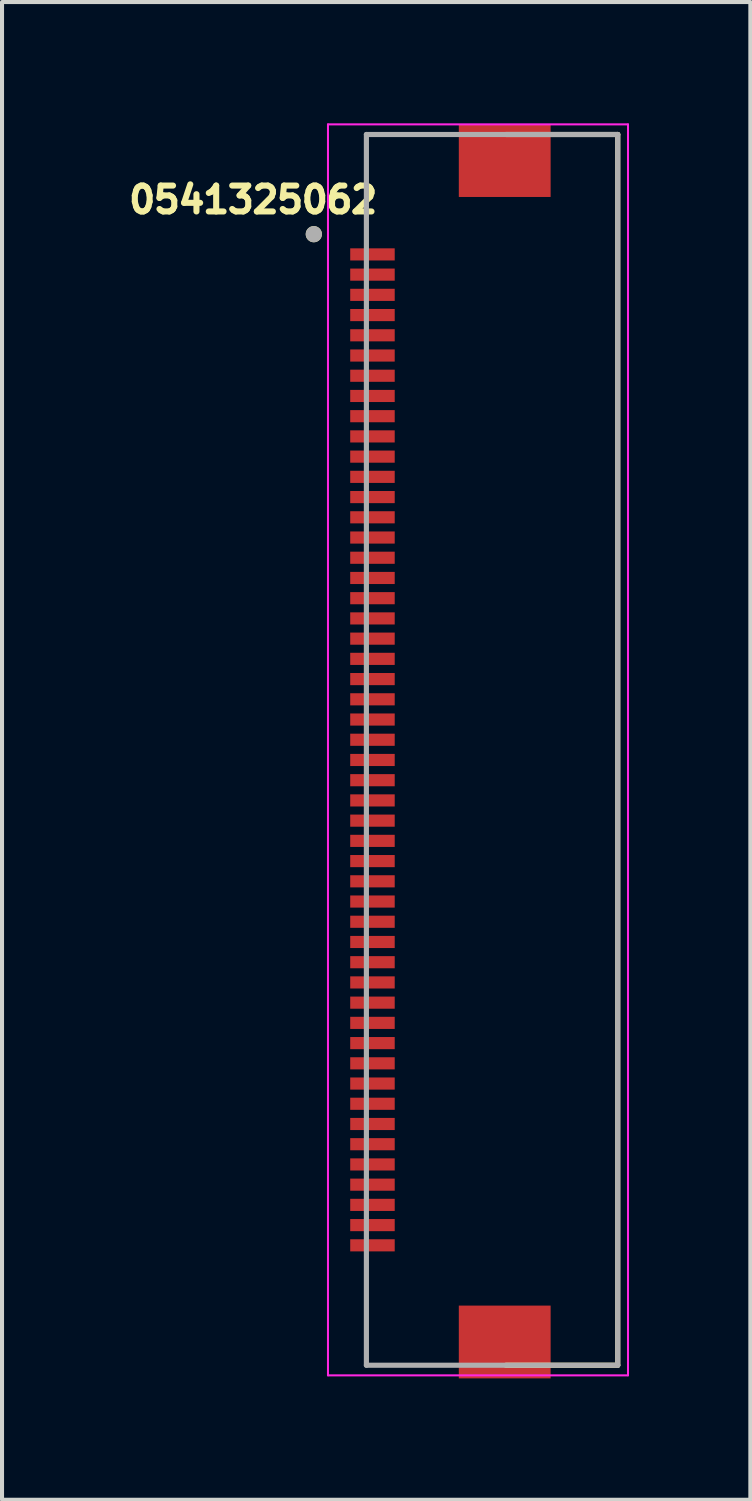
<source format=kicad_pcb>
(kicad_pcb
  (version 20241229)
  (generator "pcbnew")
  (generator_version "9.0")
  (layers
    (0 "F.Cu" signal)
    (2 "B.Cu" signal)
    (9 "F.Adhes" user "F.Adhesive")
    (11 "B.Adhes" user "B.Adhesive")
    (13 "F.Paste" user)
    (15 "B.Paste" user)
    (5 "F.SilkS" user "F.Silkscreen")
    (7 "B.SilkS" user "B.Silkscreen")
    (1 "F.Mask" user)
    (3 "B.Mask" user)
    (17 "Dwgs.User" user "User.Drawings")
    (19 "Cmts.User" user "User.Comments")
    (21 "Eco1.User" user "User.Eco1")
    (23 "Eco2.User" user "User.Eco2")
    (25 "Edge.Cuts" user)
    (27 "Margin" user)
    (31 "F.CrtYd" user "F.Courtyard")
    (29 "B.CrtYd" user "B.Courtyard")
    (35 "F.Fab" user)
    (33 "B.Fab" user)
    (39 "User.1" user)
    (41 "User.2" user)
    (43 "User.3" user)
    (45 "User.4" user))
  (footprint "0541325062"
    (layer "F.Cu")
    (at 8.159 14.89)
    (property "Reference" "0541325062" (at -4.95 -13 180) (layer "F.SilkS") (effects (font (size 0.64 0.64) (thickness 0.15))))
    (attr smd)
    (fp_line (start 4.064 -14.615) (end 1.3 -14.615) (stroke (width 0.127) (type solid)) (layer "F.SilkS"))
    (fp_line (start 4.064 15.815) (end 1.3 15.815) (stroke (width 0.127) (type solid)) (layer "F.SilkS"))
    (fp_line (start 4.064 15.815) (end 4.064 -14.615) (stroke (width 0.127) (type solid)) (layer "F.SilkS"))
    (fp_circle (center -3.45 -12.15) (end -3.45 -12.25) (stroke (width 0.2) (type solid)) (fill no) (layer "F.SilkS"))
    (fp_line (start -3.1 -14.865) (end -3.1 16.065) (stroke (width 0.05) (type solid)) (layer "F.CrtYd"))
    (fp_line (start -3.1 16.065) (end 4.318 16.065) (stroke (width 0.05) (type solid)) (layer "F.CrtYd"))
    (fp_line (start 4.318 -14.865) (end -3.1 -14.865) (stroke (width 0.05) (type solid)) (layer "F.CrtYd"))
    (fp_line (start 4.318 16.065) (end 4.318 -14.865) (stroke (width 0.05) (type solid)) (layer "F.CrtYd"))
    (fp_line (start -2.15 15.815) (end -2.15 -14.615) (stroke (width 0.127) (type solid)) (layer "F.Fab"))
    (fp_line (start -2.15 15.815) (end 4.064 15.815) (stroke (width 0.127) (type solid)) (layer "F.Fab"))
    (fp_line (start 4.064 -14.615) (end -2.15 -14.615) (stroke (width 0.127) (type solid)) (layer "F.Fab"))
    (fp_line (start 4.064 15.815) (end 4.064 -14.615) (stroke (width 0.127) (type solid)) (layer "F.Fab"))
    (fp_circle (center -3.45 -12.15) (end -3.45 -12.25) (stroke (width 0.2) (type solid)) (fill no) (layer "F.Fab"))
    (pad "1" smd rect (at -2 -11.65 270) (size 0.3 1.1) (layers "F.Cu" "F.Mask" "F.Paste"))
    (pad "2" smd rect (at -2 -11.15 270) (size 0.3 1.1) (layers "F.Cu" "F.Mask" "F.Paste"))
    (pad "3" smd rect (at -2 -10.65 270) (size 0.3 1.1) (layers "F.Cu" "F.Mask" "F.Paste"))
    (pad "4" smd rect (at -2 -10.15 270) (size 0.3 1.1) (layers "F.Cu" "F.Mask" "F.Paste"))
    (pad "5" smd rect (at -2 -9.65 270) (size 0.3 1.1) (layers "F.Cu" "F.Mask" "F.Paste"))
    (pad "6" smd rect (at -2 -9.15 270) (size 0.3 1.1) (layers "F.Cu" "F.Mask" "F.Paste"))
    (pad "7" smd rect (at -2 -8.65 270) (size 0.3 1.1) (layers "F.Cu" "F.Mask" "F.Paste"))
    (pad "8" smd rect (at -2 -8.15 270) (size 0.3 1.1) (layers "F.Cu" "F.Mask" "F.Paste"))
    (pad "9" smd rect (at -2 -7.65 270) (size 0.3 1.1) (layers "F.Cu" "F.Mask" "F.Paste"))
    (pad "10" smd rect (at -2 -7.15 270) (size 0.3 1.1) (layers "F.Cu" "F.Mask" "F.Paste"))
    (pad "11" smd rect (at -2 -6.65 270) (size 0.3 1.1) (layers "F.Cu" "F.Mask" "F.Paste"))
    (pad "12" smd rect (at -2 -6.15 270) (size 0.3 1.1) (layers "F.Cu" "F.Mask" "F.Paste"))
    (pad "13" smd rect (at -2 -5.65 270) (size 0.3 1.1) (layers "F.Cu" "F.Mask" "F.Paste"))
    (pad "14" smd rect (at -2 -5.15 270) (size 0.3 1.1) (layers "F.Cu" "F.Mask" "F.Paste"))
    (pad "15" smd rect (at -2 -4.65 270) (size 0.3 1.1) (layers "F.Cu" "F.Mask" "F.Paste"))
    (pad "16" smd rect (at -2 -4.15 270) (size 0.3 1.1) (layers "F.Cu" "F.Mask" "F.Paste"))
    (pad "17" smd rect (at -2 -3.65 270) (size 0.3 1.1) (layers "F.Cu" "F.Mask" "F.Paste"))
    (pad "18" smd rect (at -2 -3.15 270) (size 0.3 1.1) (layers "F.Cu" "F.Mask" "F.Paste"))
    (pad "19" smd rect (at -2 -2.65 270) (size 0.3 1.1) (layers "F.Cu" "F.Mask" "F.Paste"))
    (pad "20" smd rect (at -2 -2.15 270) (size 0.3 1.1) (layers "F.Cu" "F.Mask" "F.Paste"))
    (pad "21" smd rect (at -2 -1.65 270) (size 0.3 1.1) (layers "F.Cu" "F.Mask" "F.Paste"))
    (pad "22" smd rect (at -2 -1.15 270) (size 0.3 1.1) (layers "F.Cu" "F.Mask" "F.Paste"))
    (pad "23" smd rect (at -2 -0.65 270) (size 0.3 1.1) (layers "F.Cu" "F.Mask" "F.Paste"))
    (pad "24" smd rect (at -2 -0.15 270) (size 0.3 1.1) (layers "F.Cu" "F.Mask" "F.Paste"))
    (pad "25" smd rect (at -2 0.35 270) (size 0.3 1.1) (layers "F.Cu" "F.Mask" "F.Paste"))
    (pad "26" smd rect (at -2 0.85 270) (size 0.3 1.1) (layers "F.Cu" "F.Mask" "F.Paste"))
    (pad "27" smd rect (at -2 1.35 270) (size 0.3 1.1) (layers "F.Cu" "F.Mask" "F.Paste"))
    (pad "28" smd rect (at -2 1.85 270) (size 0.3 1.1) (layers "F.Cu" "F.Mask" "F.Paste"))
    (pad "29" smd rect (at -2 2.35 270) (size 0.3 1.1) (layers "F.Cu" "F.Mask" "F.Paste"))
    (pad "30" smd rect (at -2 2.85 270) (size 0.3 1.1) (layers "F.Cu" "F.Mask" "F.Paste"))
    (pad "31" smd rect (at -2 3.35 270) (size 0.3 1.1) (layers "F.Cu" "F.Mask" "F.Paste"))
    (pad "32" smd rect (at -2 3.85 270) (size 0.3 1.1) (layers "F.Cu" "F.Mask" "F.Paste"))
    (pad "33" smd rect (at -2 4.35 270) (size 0.3 1.1) (layers "F.Cu" "F.Mask" "F.Paste"))
    (pad "34" smd rect (at -2 4.85 270) (size 0.3 1.1) (layers "F.Cu" "F.Mask" "F.Paste"))
    (pad "35" smd rect (at -2 5.35 270) (size 0.3 1.1) (layers "F.Cu" "F.Mask" "F.Paste"))
    (pad "36" smd rect (at -2 5.85 270) (size 0.3 1.1) (layers "F.Cu" "F.Mask" "F.Paste"))
    (pad "37" smd rect (at -2 6.35 270) (size 0.3 1.1) (layers "F.Cu" "F.Mask" "F.Paste"))
    (pad "38" smd rect (at -2 6.85 270) (size 0.3 1.1) (layers "F.Cu" "F.Mask" "F.Paste"))
    (pad "39" smd rect (at -2 7.35 270) (size 0.3 1.1) (layers "F.Cu" "F.Mask" "F.Paste"))
    (pad "40" smd rect (at -2 7.85 270) (size 0.3 1.1) (layers "F.Cu" "F.Mask" "F.Paste"))
    (pad "41" smd rect (at -2 8.35 270) (size 0.3 1.1) (layers "F.Cu" "F.Mask" "F.Paste"))
    (pad "42" smd rect (at -2 8.85 270) (size 0.3 1.1) (layers "F.Cu" "F.Mask" "F.Paste"))
    (pad "43" smd rect (at -2 9.35 270) (size 0.3 1.1) (layers "F.Cu" "F.Mask" "F.Paste"))
    (pad "44" smd rect (at -2 9.85 270) (size 0.3 1.1) (layers "F.Cu" "F.Mask" "F.Paste"))
    (pad "45" smd rect (at -2 10.35 270) (size 0.3 1.1) (layers "F.Cu" "F.Mask" "F.Paste"))
    (pad "46" smd rect (at -2 10.85 270) (size 0.3 1.1) (layers "F.Cu" "F.Mask" "F.Paste"))
    (pad "47" smd rect (at -2 11.35 270) (size 0.3 1.1) (layers "F.Cu" "F.Mask" "F.Paste"))
    (pad "48" smd rect (at -2 11.85 270) (size 0.3 1.1) (layers "F.Cu" "F.Mask" "F.Paste"))
    (pad "49" smd rect (at -2 12.35 270) (size 0.3 1.1) (layers "F.Cu" "F.Mask" "F.Paste"))
    (pad "50" smd rect (at -2 12.85 270) (size 0.3 1.1) (layers "F.Cu" "F.Mask" "F.Paste"))
    (pad "F1" smd rect (at 1.27 -13.97 180) (size 2.27 1.8) (layers "F.Cu" "F.Mask" "F.Paste"))
    (pad "F2" smd rect (at 1.27 15.24 180) (size 2.27 1.8) (layers "F.Cu" "F.Mask" "F.Paste")))
  (gr_rect
    (start -3 -3)
    (end 15.502 34.03)
    (stroke (width 0.1) (type default))
    (fill no)
    (layer "Edge.Cuts")))
</source>
